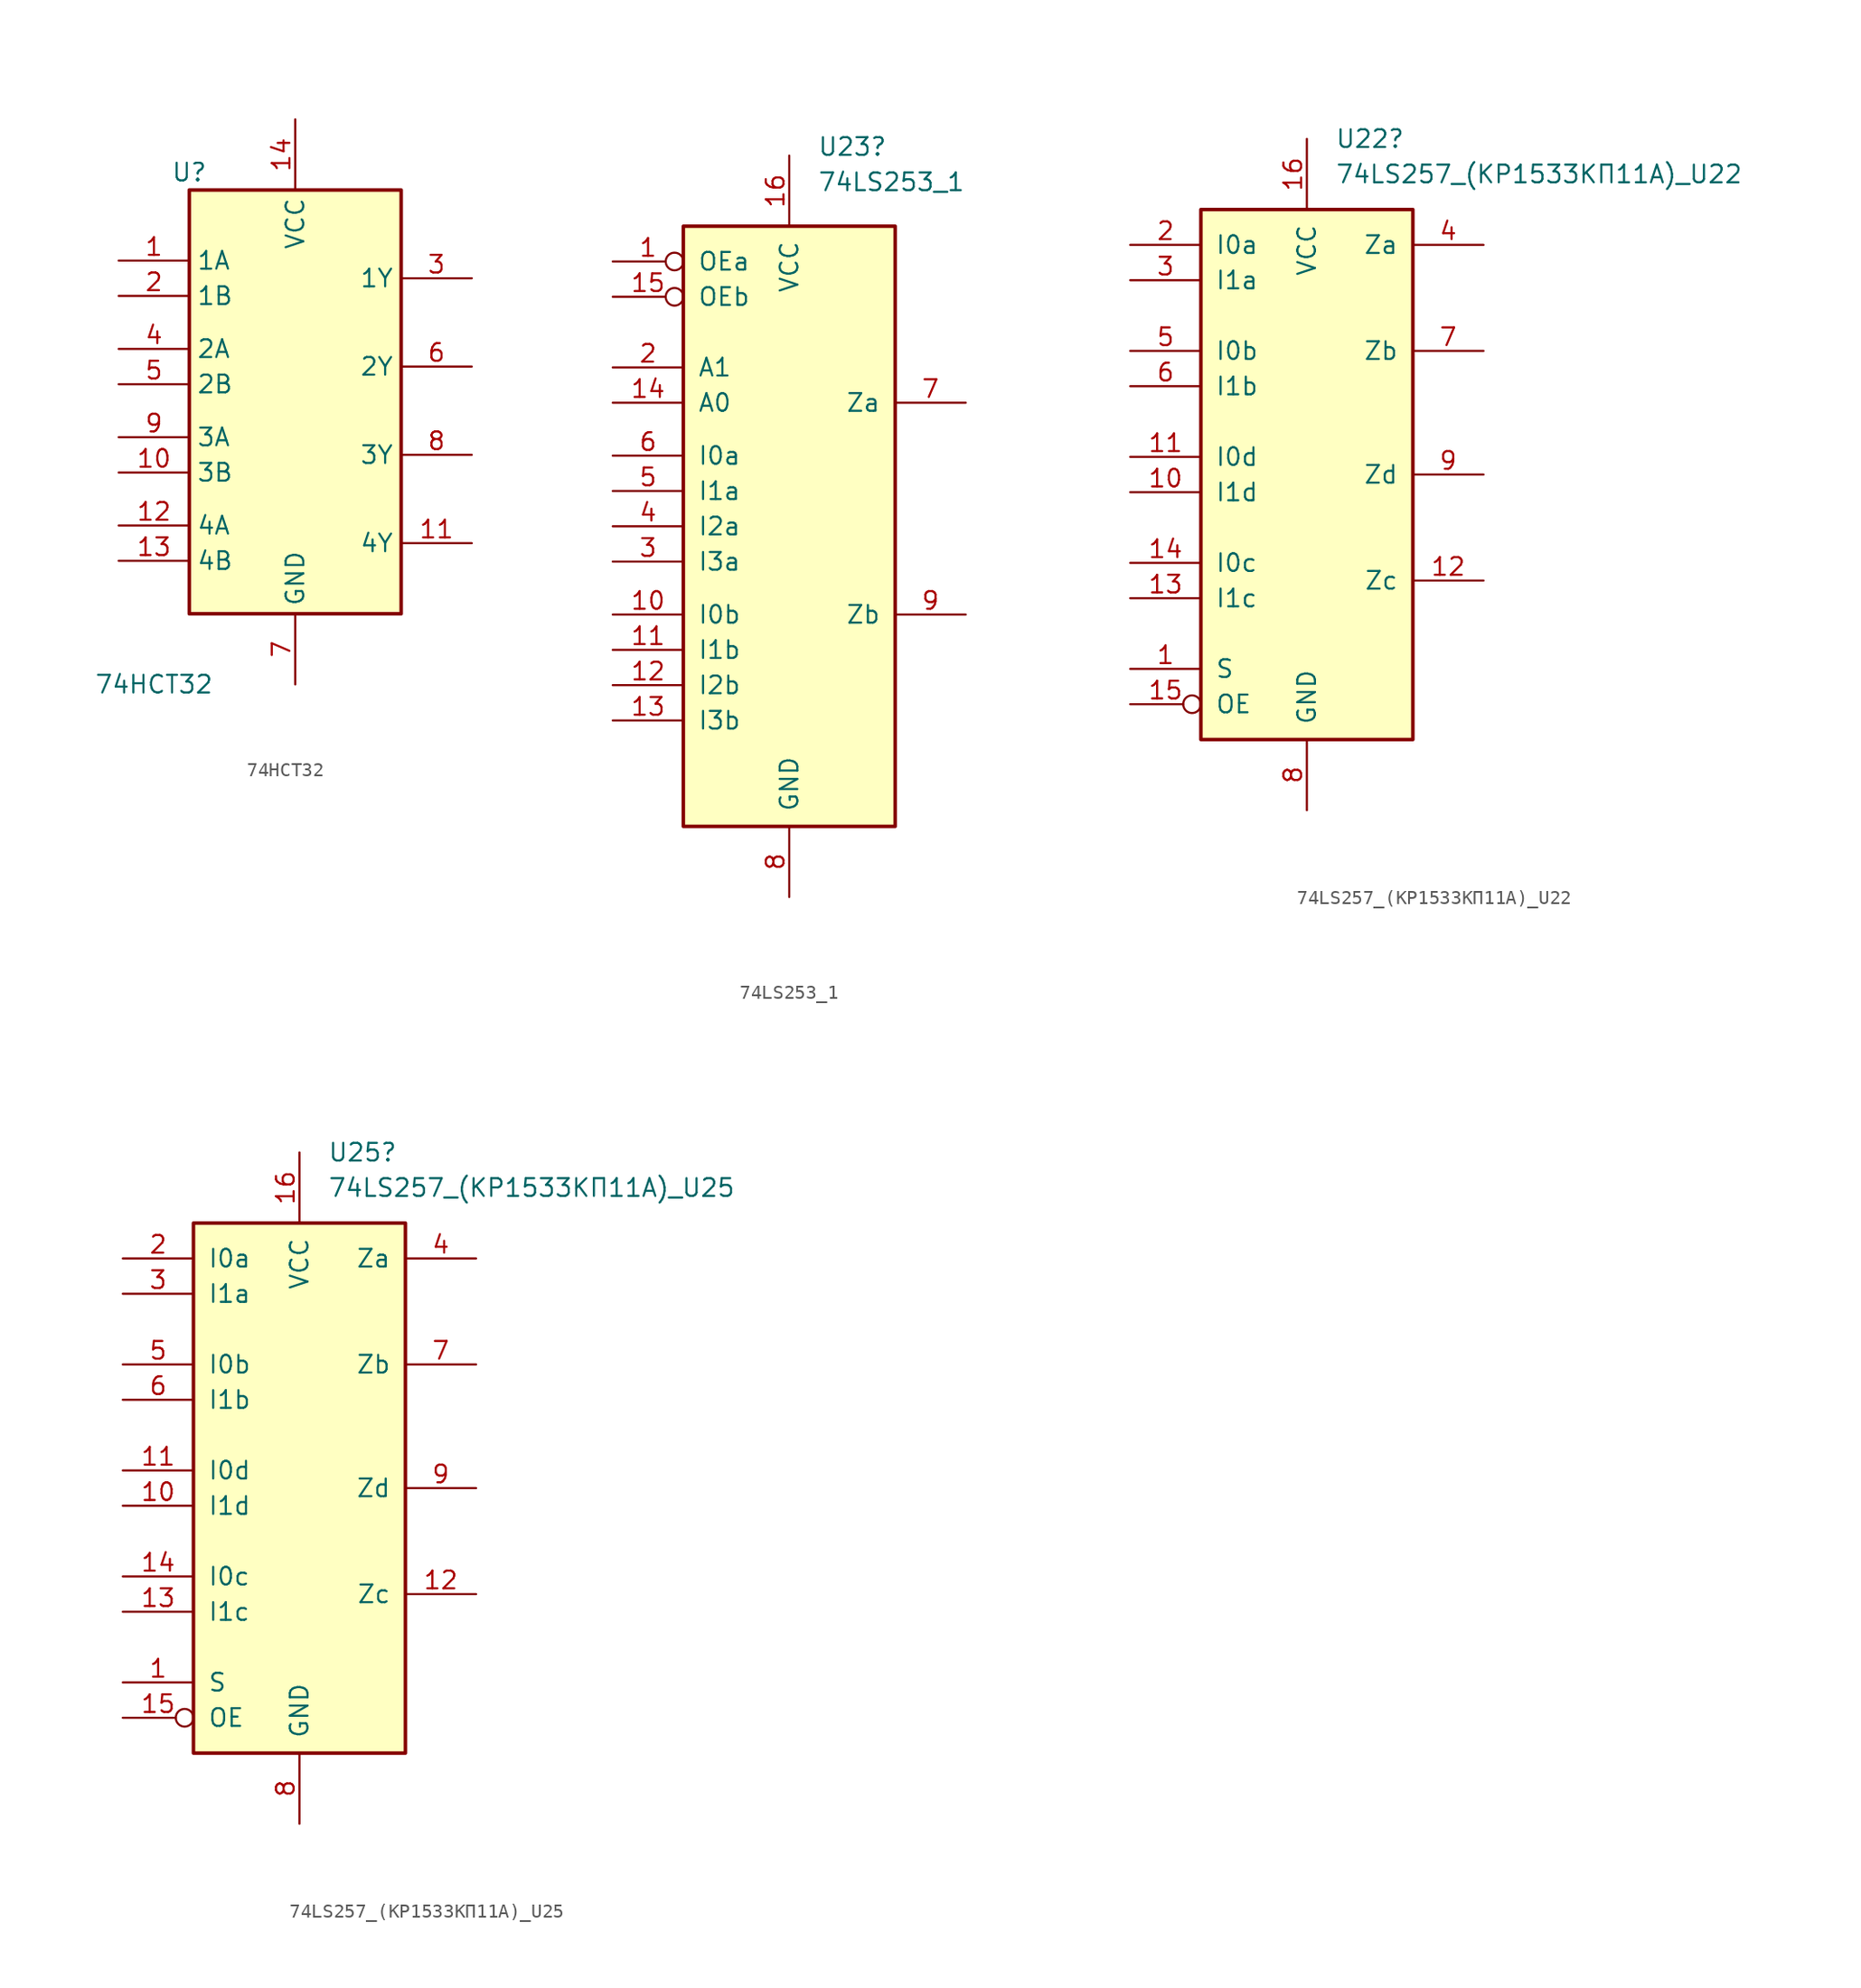
<source format=kicad_sym>
(kicad_symbol_lib
  (version 20211014)
  (generator kicad_symbol_editor)
  (symbol "74HCT32"
    (property "Reference" "U"
      (at -7.62 16.51 0)
      (effects (font (size 1.27 1.27))))
    (property "Value" "74HCT32"
      (at -10.16 -20.32 0)
      (effects (font (size 1.27 1.27))))
    (symbol "74HCT32_1_0"
      (pin input line (at -12.7 10.16 0) (length 5.08) (name "1A" (effects (font (size 1.27 1.27)))) (number "1" (effects (font (size 1.27 1.27)))))
      (pin input line (at -12.7 -5.08 0) (length 5.08) (name "3B" (effects (font (size 1.27 1.27)))) (number "10" (effects (font (size 1.27 1.27)))))
      (pin output line (at 12.7 -10.16 180) (length 5.08) (name "4Y" (effects (font (size 1.27 1.27)))) (number "11" (effects (font (size 1.27 1.27)))))
      (pin input line (at -12.7 -8.89 0) (length 5.08) (name "4A" (effects (font (size 1.27 1.27)))) (number "12" (effects (font (size 1.27 1.27)))))
      (pin input line (at -12.7 -11.43 0) (length 5.08) (name "4B" (effects (font (size 1.27 1.27)))) (number "13" (effects (font (size 1.27 1.27)))))
      (pin power_in line (at 0 20.32 270) (length 5.08) (name "VCC" (effects (font (size 1.27 1.27)))) (number "14" (effects (font (size 1.27 1.27)))))
      (pin input line (at -12.7 7.62 0) (length 5.08) (name "1B" (effects (font (size 1.27 1.27)))) (number "2" (effects (font (size 1.27 1.27)))))
      (pin output line (at 12.7 8.89 180) (length 5.08) (name "1Y" (effects (font (size 1.27 1.27)))) (number "3" (effects (font (size 1.27 1.27)))))
      (pin input line (at -12.7 3.81 0) (length 5.08) (name "2A" (effects (font (size 1.27 1.27)))) (number "4" (effects (font (size 1.27 1.27)))))
      (pin input line (at -12.7 1.27 0) (length 5.08) (name "2B" (effects (font (size 1.27 1.27)))) (number "5" (effects (font (size 1.27 1.27)))))
      (pin output line (at 12.7 2.54 180) (length 5.08) (name "2Y" (effects (font (size 1.27 1.27)))) (number "6" (effects (font (size 1.27 1.27)))))
      (pin power_in line (at 0 -20.32 90) (length 5.08) (name "GND" (effects (font (size 1.27 1.27)))) (number "7" (effects (font (size 1.27 1.27)))))
      (pin output line (at 12.7 -3.81 180) (length 5.08) (name "3Y" (effects (font (size 1.27 1.27)))) (number "8" (effects (font (size 1.27 1.27)))))
      (pin input line (at -12.7 -2.54 0) (length 5.08) (name "3A" (effects (font (size 1.27 1.27)))) (number "9" (effects (font (size 1.27 1.27))))))
    (symbol "74HCT32_1_1"
      (rectangle (start -7.62 15.24) (end 7.62 -15.24) (stroke (width 0.254) (type default) (color 0 0 0 0)) (fill (type background)))))
  (symbol "74LS253_1"
    (pin_names
      (offset 1.016))
    (property "Reference" "U23"
      (at 2.019 26.035 0)
      (effects (font (size 1.27 1.27)) (justify left)))
    (property "Value" "74LS253_1"
      (at 2.019 23.495 0)
      (effects (font (size 1.27 1.27)) (justify left)))
    (property "ki_locked" ""
      (at 0 0 0)
      (effects (font (size 1.27 1.27))))
    (symbol "74LS253_1_1_0"
      (pin input inverted (at -12.7 17.78 0) (length 5.08) (name "OEa" (effects (font (size 1.27 1.27)))) (number "1" (effects (font (size 1.27 1.27)))))
      (pin input line (at -12.7 -7.62 0) (length 5.08) (name "I0b" (effects (font (size 1.27 1.27)))) (number "10" (effects (font (size 1.27 1.27)))))
      (pin input line (at -12.7 -10.16 0) (length 5.08) (name "I1b" (effects (font (size 1.27 1.27)))) (number "11" (effects (font (size 1.27 1.27)))))
      (pin input line (at -12.7 -12.7 0) (length 5.08) (name "I2b" (effects (font (size 1.27 1.27)))) (number "12" (effects (font (size 1.27 1.27)))))
      (pin input line (at -12.7 -15.24 0) (length 5.08) (name "I3b" (effects (font (size 1.27 1.27)))) (number "13" (effects (font (size 1.27 1.27)))))
      (pin input line (at -12.7 7.62 0) (length 5.08) (name "A0" (effects (font (size 1.27 1.27)))) (number "14" (effects (font (size 1.27 1.27)))))
      (pin input inverted (at -12.7 15.24 0) (length 5.08) (name "OEb" (effects (font (size 1.27 1.27)))) (number "15" (effects (font (size 1.27 1.27)))))
      (pin power_in line (at 0 25.4 270) (length 5.08) (name "VCC" (effects (font (size 1.27 1.27)))) (number "16" (effects (font (size 1.27 1.27)))))
      (pin input line (at -12.7 10.16 0) (length 5.08) (name "A1" (effects (font (size 1.27 1.27)))) (number "2" (effects (font (size 1.27 1.27)))))
      (pin input line (at -12.7 -3.81 0) (length 5.08) (name "I3a" (effects (font (size 1.27 1.27)))) (number "3" (effects (font (size 1.27 1.27)))))
      (pin input line (at -12.7 -1.27 0) (length 5.08) (name "I2a" (effects (font (size 1.27 1.27)))) (number "4" (effects (font (size 1.27 1.27)))))
      (pin input line (at -12.7 1.27 0) (length 5.08) (name "I1a" (effects (font (size 1.27 1.27)))) (number "5" (effects (font (size 1.27 1.27)))))
      (pin input line (at -12.7 3.81 0) (length 5.08) (name "I0a" (effects (font (size 1.27 1.27)))) (number "6" (effects (font (size 1.27 1.27)))))
      (pin tri_state line (at 12.7 7.62 180) (length 5.08) (name "Za" (effects (font (size 1.27 1.27)))) (number "7" (effects (font (size 1.27 1.27)))))
      (pin power_in line (at 0 -27.94 90) (length 5.08) (name "GND" (effects (font (size 1.27 1.27)))) (number "8" (effects (font (size 1.27 1.27)))))
      (pin tri_state line (at 12.7 -7.62 180) (length 5.08) (name "Zb" (effects (font (size 1.27 1.27)))) (number "9" (effects (font (size 1.27 1.27))))))
    (symbol "74LS253_1_1_1"
      (rectangle (start -7.62 20.32) (end 7.62 -22.86) (stroke (width 0.254) (type default) (color 0 0 0 0)) (fill (type background)))))
  (symbol "74LS257_(КР1533КП11А)_U22"
    (pin_names
      (offset 1.016))
    (property "Reference" "U22"
      (at 2.019 22.86 0)
      (effects (font (size 1.27 1.27)) (justify left)))
    (property "Value" "74LS257_(КР1533КП11А)_U22"
      (at 2.019 20.32 0)
      (effects (font (size 1.27 1.27)) (justify left)))
    (property "ki_locked" ""
      (at 0 0 0)
      (effects (font (size 1.27 1.27))))
    (symbol "74LS257_(КР1533КП11А)_U22_1_0"
      (pin input line (at -12.7 -15.24 0) (length 5.08) (name "S" (effects (font (size 1.27 1.27)))) (number "1" (effects (font (size 1.27 1.27)))))
      (pin input line (at -12.7 -2.54 0) (length 5.08) (name "I1d" (effects (font (size 1.27 1.27)))) (number "10" (effects (font (size 1.27 1.27)))))
      (pin input line (at -12.7 0 0) (length 5.08) (name "I0d" (effects (font (size 1.27 1.27)))) (number "11" (effects (font (size 1.27 1.27)))))
      (pin tri_state line (at 12.7 -8.89 180) (length 5.08) (name "Zc" (effects (font (size 1.27 1.27)))) (number "12" (effects (font (size 1.27 1.27)))))
      (pin input line (at -12.7 -10.16 0) (length 5.08) (name "I1c" (effects (font (size 1.27 1.27)))) (number "13" (effects (font (size 1.27 1.27)))))
      (pin input line (at -12.7 -7.62 0) (length 5.08) (name "I0c" (effects (font (size 1.27 1.27)))) (number "14" (effects (font (size 1.27 1.27)))))
      (pin input inverted (at -12.7 -17.78 0) (length 5.08) (name "OE" (effects (font (size 1.27 1.27)))) (number "15" (effects (font (size 1.27 1.27)))))
      (pin power_in line (at 0 22.86 270) (length 5.08) (name "VCC" (effects (font (size 1.27 1.27)))) (number "16" (effects (font (size 1.27 1.27)))))
      (pin input line (at -12.7 15.24 0) (length 5.08) (name "I0a" (effects (font (size 1.27 1.27)))) (number "2" (effects (font (size 1.27 1.27)))))
      (pin input line (at -12.7 12.7 0) (length 5.08) (name "I1a" (effects (font (size 1.27 1.27)))) (number "3" (effects (font (size 1.27 1.27)))))
      (pin tri_state line (at 12.7 15.24 180) (length 5.08) (name "Za" (effects (font (size 1.27 1.27)))) (number "4" (effects (font (size 1.27 1.27)))))
      (pin input line (at -12.7 7.62 0) (length 5.08) (name "I0b" (effects (font (size 1.27 1.27)))) (number "5" (effects (font (size 1.27 1.27)))))
      (pin input line (at -12.7 5.08 0) (length 5.08) (name "I1b" (effects (font (size 1.27 1.27)))) (number "6" (effects (font (size 1.27 1.27)))))
      (pin tri_state line (at 12.7 7.62 180) (length 5.08) (name "Zb" (effects (font (size 1.27 1.27)))) (number "7" (effects (font (size 1.27 1.27)))))
      (pin power_in line (at 0 -25.4 90) (length 5.08) (name "GND" (effects (font (size 1.27 1.27)))) (number "8" (effects (font (size 1.27 1.27)))))
      (pin tri_state line (at 12.7 -1.27 180) (length 5.08) (name "Zd" (effects (font (size 1.27 1.27)))) (number "9" (effects (font (size 1.27 1.27))))))
    (symbol "74LS257_(КР1533КП11А)_U22_1_1"
      (rectangle (start -7.62 17.78) (end 7.62 -20.32) (stroke (width 0.254) (type default) (color 0 0 0 0)) (fill (type background)))))
  (symbol "74LS257_(КР1533КП11А)_U25"
    (pin_names
      (offset 1.016))
    (property "Reference" "U25"
      (at 2.019 22.86 0)
      (effects (font (size 1.27 1.27)) (justify left)))
    (property "Value" "74LS257_(КР1533КП11А)_U25"
      (at 2.019 20.32 0)
      (effects (font (size 1.27 1.27)) (justify left)))
    (property "ki_locked" ""
      (at 0 0 0)
      (effects (font (size 1.27 1.27))))
    (symbol "74LS257_(КР1533КП11А)_U25_1_0"
      (pin input line (at -12.7 -15.24 0) (length 5.08) (name "S" (effects (font (size 1.27 1.27)))) (number "1" (effects (font (size 1.27 1.27)))))
      (pin input line (at -12.7 -2.54 0) (length 5.08) (name "I1d" (effects (font (size 1.27 1.27)))) (number "10" (effects (font (size 1.27 1.27)))))
      (pin input line (at -12.7 0 0) (length 5.08) (name "I0d" (effects (font (size 1.27 1.27)))) (number "11" (effects (font (size 1.27 1.27)))))
      (pin tri_state line (at 12.7 -8.89 180) (length 5.08) (name "Zc" (effects (font (size 1.27 1.27)))) (number "12" (effects (font (size 1.27 1.27)))))
      (pin input line (at -12.7 -10.16 0) (length 5.08) (name "I1c" (effects (font (size 1.27 1.27)))) (number "13" (effects (font (size 1.27 1.27)))))
      (pin input line (at -12.7 -7.62 0) (length 5.08) (name "I0c" (effects (font (size 1.27 1.27)))) (number "14" (effects (font (size 1.27 1.27)))))
      (pin input inverted (at -12.7 -17.78 0) (length 5.08) (name "OE" (effects (font (size 1.27 1.27)))) (number "15" (effects (font (size 1.27 1.27)))))
      (pin power_in line (at 0 22.86 270) (length 5.08) (name "VCC" (effects (font (size 1.27 1.27)))) (number "16" (effects (font (size 1.27 1.27)))))
      (pin input line (at -12.7 15.24 0) (length 5.08) (name "I0a" (effects (font (size 1.27 1.27)))) (number "2" (effects (font (size 1.27 1.27)))))
      (pin input line (at -12.7 12.7 0) (length 5.08) (name "I1a" (effects (font (size 1.27 1.27)))) (number "3" (effects (font (size 1.27 1.27)))))
      (pin tri_state line (at 12.7 15.24 180) (length 5.08) (name "Za" (effects (font (size 1.27 1.27)))) (number "4" (effects (font (size 1.27 1.27)))))
      (pin input line (at -12.7 7.62 0) (length 5.08) (name "I0b" (effects (font (size 1.27 1.27)))) (number "5" (effects (font (size 1.27 1.27)))))
      (pin input line (at -12.7 5.08 0) (length 5.08) (name "I1b" (effects (font (size 1.27 1.27)))) (number "6" (effects (font (size 1.27 1.27)))))
      (pin tri_state line (at 12.7 7.62 180) (length 5.08) (name "Zb" (effects (font (size 1.27 1.27)))) (number "7" (effects (font (size 1.27 1.27)))))
      (pin power_in line (at 0 -25.4 90) (length 5.08) (name "GND" (effects (font (size 1.27 1.27)))) (number "8" (effects (font (size 1.27 1.27)))))
      (pin tri_state line (at 12.7 -1.27 180) (length 5.08) (name "Zd" (effects (font (size 1.27 1.27)))) (number "9" (effects (font (size 1.27 1.27))))))
    (symbol "74LS257_(КР1533КП11А)_U25_1_1"
      (rectangle (start -7.62 17.78) (end 7.62 -20.32) (stroke (width 0.254) (type default) (color 0 0 0 0)) (fill (type background))))))
</source>
